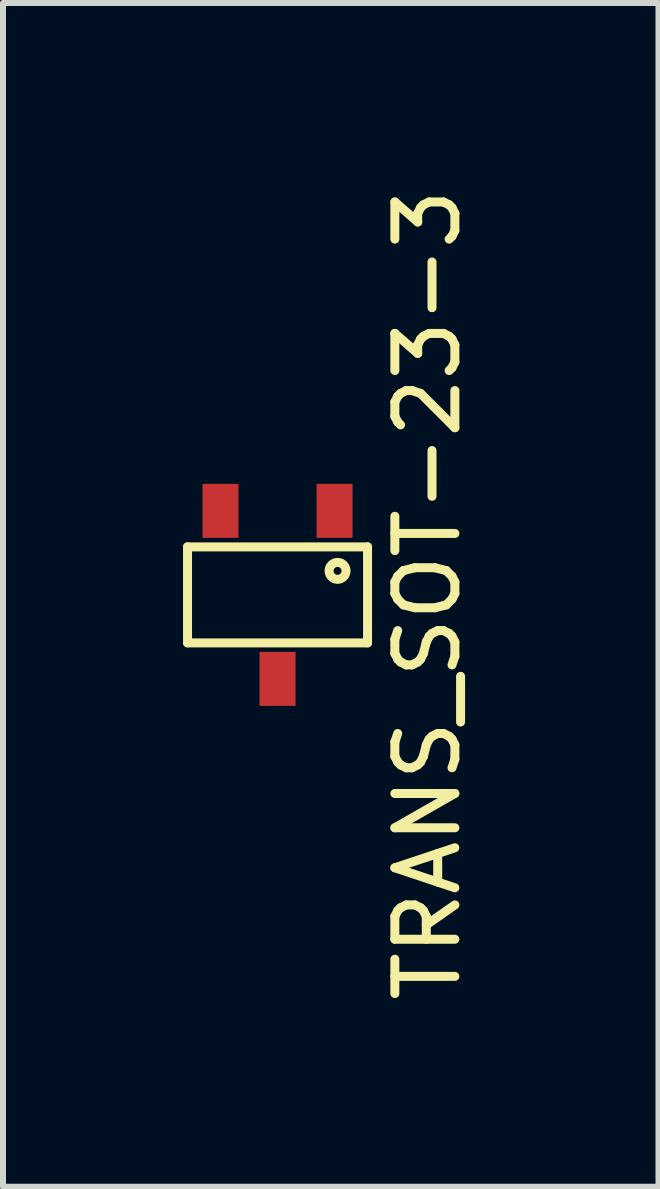
<source format=kicad_pcb>
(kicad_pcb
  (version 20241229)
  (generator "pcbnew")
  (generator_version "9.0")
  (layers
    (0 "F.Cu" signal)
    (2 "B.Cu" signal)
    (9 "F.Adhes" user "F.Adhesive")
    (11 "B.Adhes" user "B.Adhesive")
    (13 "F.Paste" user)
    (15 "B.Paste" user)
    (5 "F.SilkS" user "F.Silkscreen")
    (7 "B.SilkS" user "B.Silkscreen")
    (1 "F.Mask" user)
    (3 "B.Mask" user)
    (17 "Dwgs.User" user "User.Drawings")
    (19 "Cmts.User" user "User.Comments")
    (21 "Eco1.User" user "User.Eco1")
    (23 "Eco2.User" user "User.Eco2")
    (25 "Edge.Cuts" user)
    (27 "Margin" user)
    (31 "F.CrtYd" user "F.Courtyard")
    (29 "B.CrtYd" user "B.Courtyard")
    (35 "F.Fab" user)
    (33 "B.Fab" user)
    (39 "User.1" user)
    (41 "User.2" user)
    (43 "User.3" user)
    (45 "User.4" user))
  (footprint "TRANS_SOT-23-3"
    (layer "F.Cu")
    (at 1.575 6.863)
    (property "Reference" "TRANS_SOT-23-3" (at 2.5 0 90) (layer "F.SilkS") (effects (font (size 1 1) (thickness 0.15))))
    (attr through_hole)
    (fp_line (start -1.5 -0.8) (end -1.5 0.8) (stroke (width 0.15) (type solid)) (layer "F.SilkS"))
    (fp_line (start -1.5 0.8) (end 1.5 0.8) (stroke (width 0.15) (type solid)) (layer "F.SilkS"))
    (fp_line (start 1.5 -0.8) (end -1.5 -0.8) (stroke (width 0.15) (type solid)) (layer "F.SilkS"))
    (fp_line (start 1.5 0.8) (end 1.5 -0.8) (stroke (width 0.15) (type solid)) (layer "F.SilkS"))
    (fp_circle (center 1 -0.4) (end 1.1 -0.5) (stroke (width 0.15) (type solid)) (fill no) (layer "F.SilkS"))
    (pad "D" smd rect (at 0 1.4) (size 0.6 0.9) (layers "F.Cu" "F.Mask" "F.Paste"))
    (pad "G" smd rect (at 0.95 -1.4) (size 0.6 0.9) (layers "F.Cu" "F.Mask" "F.Paste"))
    (pad "S" smd rect (at -0.95 -1.4) (size 0.6 0.9) (layers "F.Cu" "F.Mask" "F.Paste")))
  (gr_rect
    (start -3 -3)
    (end 7.923 16.726)
    (stroke (width 0.1) (type default))
    (fill no)
    (layer "Edge.Cuts")))
</source>
